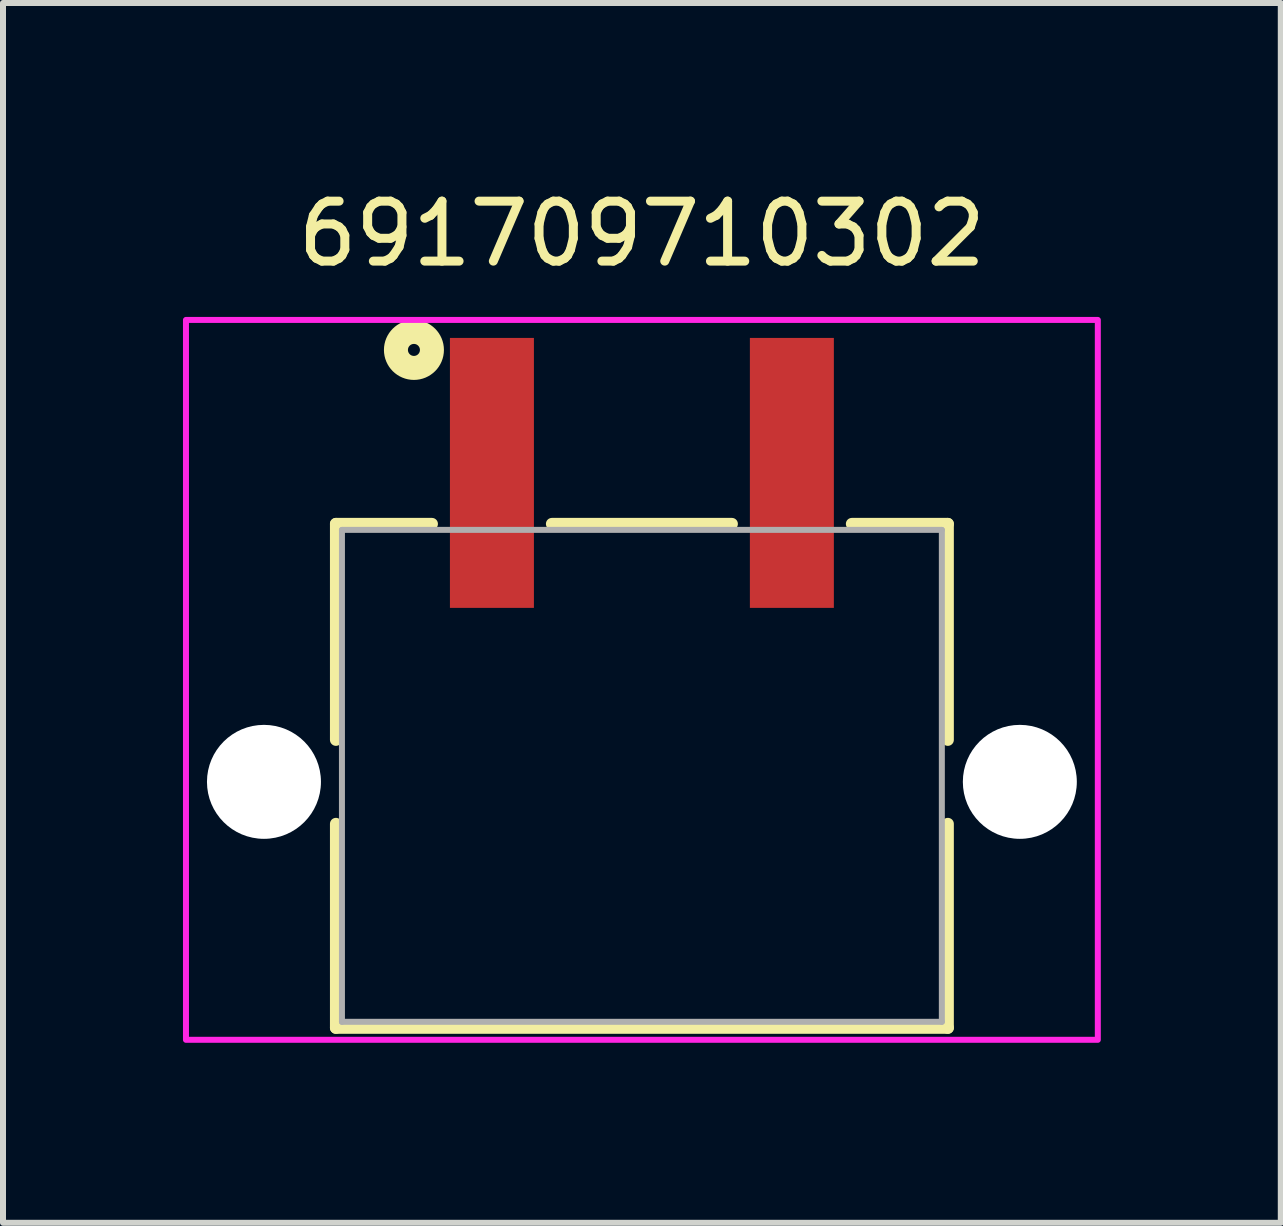
<source format=kicad_pcb>
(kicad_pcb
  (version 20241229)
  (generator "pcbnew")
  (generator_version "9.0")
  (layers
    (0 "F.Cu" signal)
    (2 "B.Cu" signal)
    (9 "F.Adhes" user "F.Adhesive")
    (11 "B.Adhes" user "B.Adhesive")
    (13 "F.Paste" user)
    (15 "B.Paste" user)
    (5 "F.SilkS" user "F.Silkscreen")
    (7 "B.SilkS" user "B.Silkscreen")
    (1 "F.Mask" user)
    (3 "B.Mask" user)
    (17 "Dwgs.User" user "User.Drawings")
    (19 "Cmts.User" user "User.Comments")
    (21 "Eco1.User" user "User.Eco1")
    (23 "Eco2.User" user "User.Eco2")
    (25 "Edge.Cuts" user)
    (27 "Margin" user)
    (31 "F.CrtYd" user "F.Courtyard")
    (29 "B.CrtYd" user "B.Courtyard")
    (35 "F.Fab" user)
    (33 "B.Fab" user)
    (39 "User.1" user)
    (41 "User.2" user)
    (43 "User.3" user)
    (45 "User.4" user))
  (footprint "691709710302"
    (layer "F.Cu")
    (at 7.65 9.983)
    (property "Reference" "691709710302" (at 0 -9.135 0) (layer "F.SilkS") (effects (font (size 1 1) (thickness 0.15))))
    (attr smd)
    (fp_line (start -5.1 -4.3) (end -5.1 -0.7) (stroke (width 0.2) (type solid)) (layer "F.SilkS"))
    (fp_line (start -5.1 0.7) (end -5.1 4.1) (stroke (width 0.2) (type solid)) (layer "F.SilkS"))
    (fp_line (start -5.1 4.1) (end 5.1 4.1) (stroke (width 0.2) (type solid)) (layer "F.SilkS"))
    (fp_line (start -3.5 -4.3) (end -5.1 -4.3) (stroke (width 0.2) (type solid)) (layer "F.SilkS"))
    (fp_line (start -1.5 -4.3) (end 1.5 -4.3) (stroke (width 0.2) (type solid)) (layer "F.SilkS"))
    (fp_line (start 5.1 -4.3) (end 3.5 -4.3) (stroke (width 0.2) (type solid)) (layer "F.SilkS"))
    (fp_line (start 5.1 -0.7) (end 5.1 -4.3) (stroke (width 0.2) (type solid)) (layer "F.SilkS"))
    (fp_line (start 5.1 4.1) (end 5.1 0.7) (stroke (width 0.2) (type solid)) (layer "F.SilkS"))
    (fp_circle (center -3.8 -7.2) (end -3.7 -7.2) (stroke (width 0.4) (type solid)) (fill no) (layer "F.SilkS"))
    (fp_poly (pts (xy -7.6 -7.7) (xy 7.6 -7.7) (xy 7.6 4.3) (xy -7.6 4.3)) (stroke (width 0.1) (type solid)) (fill no) (layer "F.CrtYd"))
    (fp_line (start -5 -4.2) (end 5 -4.2) (stroke (width 0.1) (type solid)) (layer "F.Fab"))
    (fp_line (start -5 4) (end -5 -4.2) (stroke (width 0.1) (type solid)) (layer "F.Fab"))
    (fp_line (start 5 -4.2) (end 5 4) (stroke (width 0.1) (type solid)) (layer "F.Fab"))
    (fp_line (start 5 4) (end -5 4) (stroke (width 0.1) (type solid)) (layer "F.Fab"))
    (pad "" np_thru_hole circle (at -6.3 0) (size 1.9 1.9) (drill 1.9) (layers "*.Cu" "*.Mask"))
    (pad "" np_thru_hole circle (at 6.3 0) (size 1.9 1.9) (drill 1.9) (layers "*.Cu" "*.Mask"))
    (pad "1" smd rect (at -2.5 -5.15) (size 1.4 4.5) (layers "F.Cu" "F.Mask" "F.Paste"))
    (pad "2" smd rect (at 2.5 -5.15) (size 1.4 4.5) (layers "F.Cu" "F.Mask" "F.Paste")))
  (gr_rect
    (start -3 -3)
    (end 18.3 17.333)
    (stroke (width 0.1) (type default))
    (fill no)
    (layer "Edge.Cuts")))
</source>
